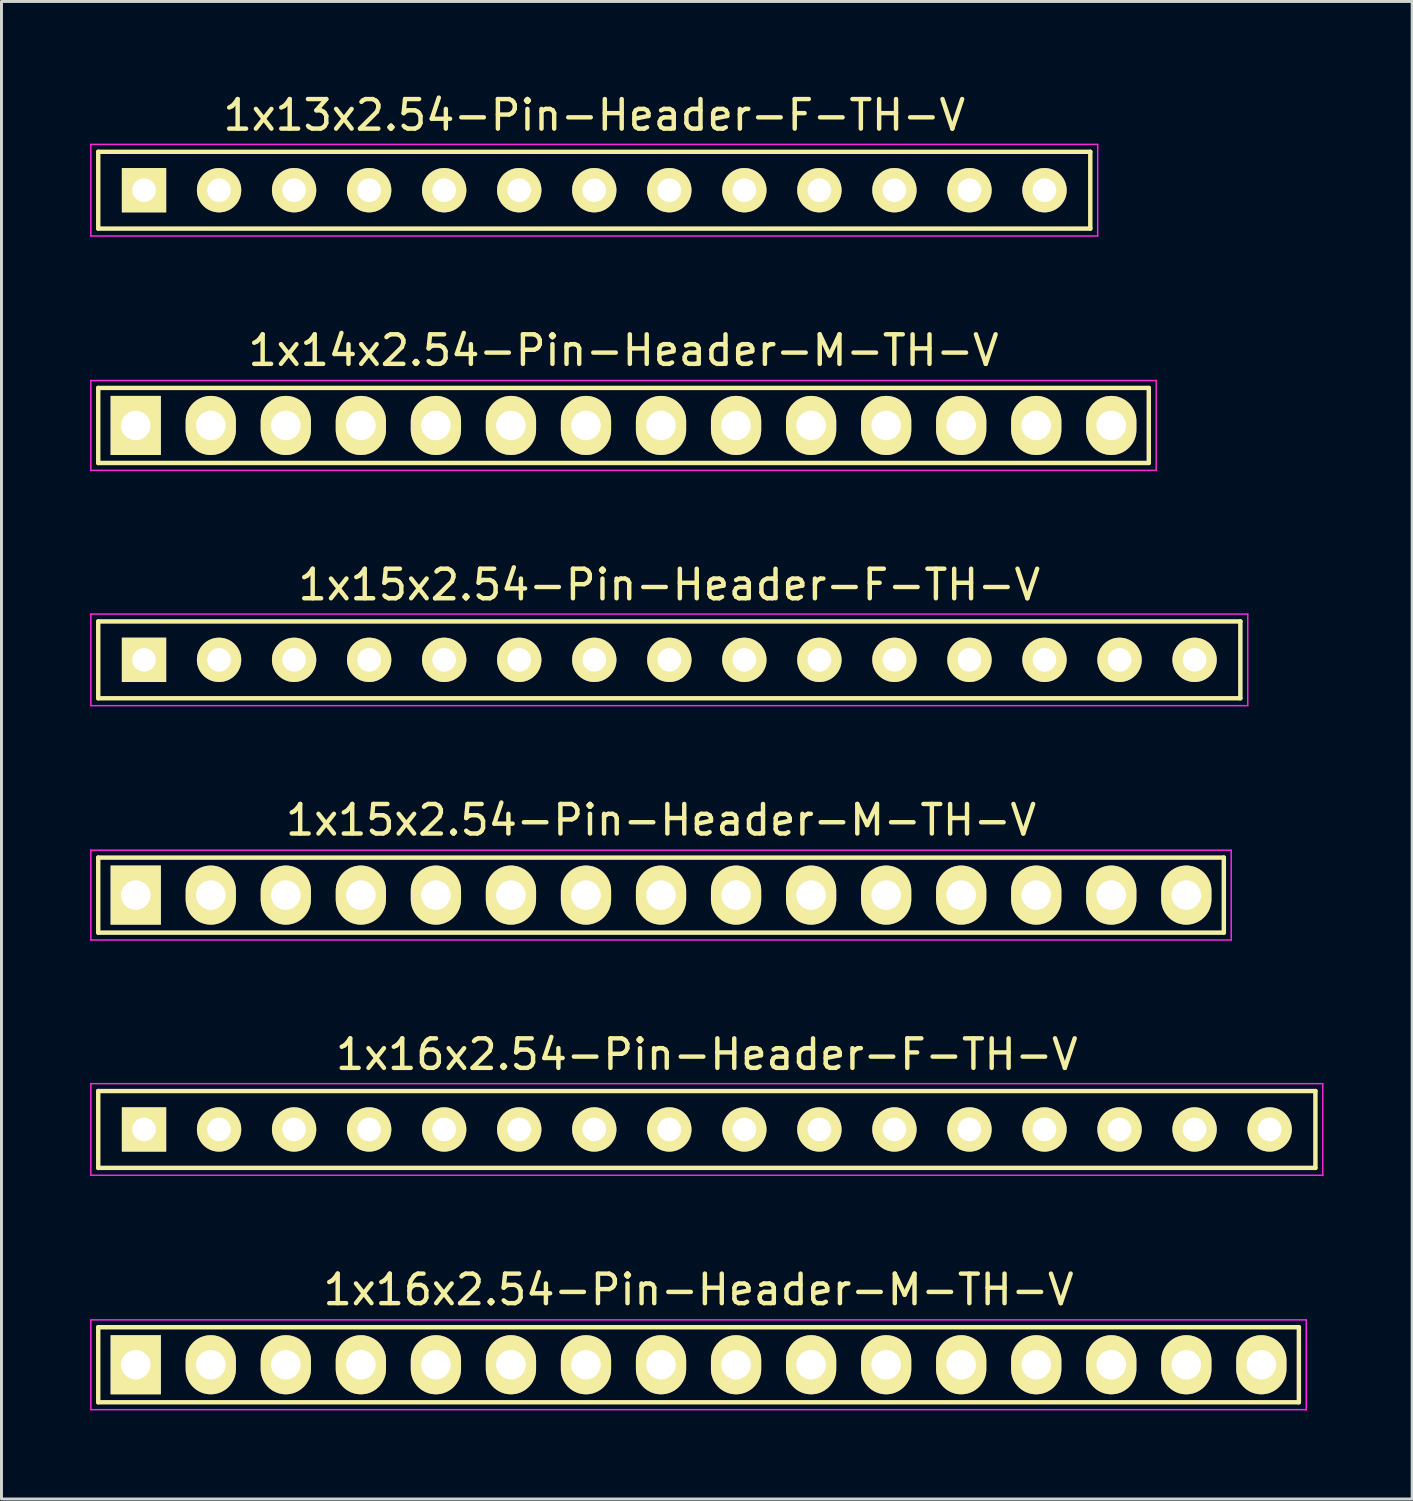
<source format=kicad_pcb>
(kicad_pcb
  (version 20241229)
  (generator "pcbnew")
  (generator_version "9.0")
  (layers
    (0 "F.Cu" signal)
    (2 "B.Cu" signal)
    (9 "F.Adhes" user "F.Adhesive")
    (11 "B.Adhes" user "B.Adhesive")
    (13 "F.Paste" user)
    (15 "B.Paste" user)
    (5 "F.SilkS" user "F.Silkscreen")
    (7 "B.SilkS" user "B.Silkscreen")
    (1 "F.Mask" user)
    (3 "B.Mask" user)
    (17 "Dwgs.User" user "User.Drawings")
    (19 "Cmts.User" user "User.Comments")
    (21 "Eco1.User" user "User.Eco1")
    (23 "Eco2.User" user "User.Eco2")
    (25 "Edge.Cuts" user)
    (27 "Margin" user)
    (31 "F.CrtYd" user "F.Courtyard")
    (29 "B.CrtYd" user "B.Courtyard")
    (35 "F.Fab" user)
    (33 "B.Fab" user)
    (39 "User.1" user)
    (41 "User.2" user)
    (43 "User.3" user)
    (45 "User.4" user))
  (footprint "1x16x2.54-Pin-Header-M-TH-V"
    (layer "F.Cu")
    (at 20.595 43.145)
    (property "Reference" "1x16x2.54-Pin-Header-M-TH-V" (at 0 -2.54 0) (layer "F.SilkS") (effects (font (size 1 1) (thickness 0.15))))
    (attr through_hole)
    (fp_line (start -20.32 -1.27) (end 20.32 -1.27) (stroke (width 0.15) (type solid)) (layer "F.SilkS"))
    (fp_line (start -20.32 1.27) (end -20.32 -1.27) (stroke (width 0.15) (type solid)) (layer "F.SilkS"))
    (fp_line (start 20.32 -1.27) (end 20.32 1.27) (stroke (width 0.15) (type solid)) (layer "F.SilkS"))
    (fp_line (start 20.32 1.27) (end -20.32 1.27) (stroke (width 0.15) (type solid)) (layer "F.SilkS"))
    (fp_line (start -20.57 -1.52) (end 20.57 -1.52) (stroke (width 0.05) (type solid)) (layer "F.CrtYd"))
    (fp_line (start -20.57 1.52) (end -20.57 -1.52) (stroke (width 0.05) (type solid)) (layer "F.CrtYd"))
    (fp_line (start 20.57 -1.52) (end 20.57 1.52) (stroke (width 0.05) (type solid)) (layer "F.CrtYd"))
    (fp_line (start 20.57 1.52) (end -20.57 1.52) (stroke (width 0.05) (type solid)) (layer "F.CrtYd"))
    (pad "1" thru_hole rect (at -19.05 0) (size 1.7 2) (drill 1) (layers "*.Cu" "*.Mask" "F.SilkS"))
    (pad "2" thru_hole oval (at -16.51 0) (size 1.7 2) (drill 1) (layers "*.Cu" "*.Mask" "F.SilkS"))
    (pad "3" thru_hole oval (at -13.97 0) (size 1.7 2) (drill 1) (layers "*.Cu" "*.Mask" "F.SilkS"))
    (pad "4" thru_hole oval (at -11.43 0) (size 1.7 2) (drill 1) (layers "*.Cu" "*.Mask" "F.SilkS"))
    (pad "5" thru_hole oval (at -8.89 0) (size 1.7 2) (drill 1) (layers "*.Cu" "*.Mask" "F.SilkS"))
    (pad "6" thru_hole oval (at -6.35 0) (size 1.7 2) (drill 1) (layers "*.Cu" "*.Mask" "F.SilkS"))
    (pad "7" thru_hole oval (at -3.81 0) (size 1.7 2) (drill 1) (layers "*.Cu" "*.Mask" "F.SilkS"))
    (pad "8" thru_hole oval (at -1.27 0) (size 1.7 2) (drill 1) (layers "*.Cu" "*.Mask" "F.SilkS"))
    (pad "9" thru_hole oval (at 1.27 0) (size 1.7 2) (drill 1) (layers "*.Cu" "*.Mask" "F.SilkS"))
    (pad "10" thru_hole oval (at 3.81 0) (size 1.7 2) (drill 1) (layers "*.Cu" "*.Mask" "F.SilkS"))
    (pad "11" thru_hole oval (at 6.35 0) (size 1.7 2) (drill 1) (layers "*.Cu" "*.Mask" "F.SilkS"))
    (pad "12" thru_hole oval (at 8.89 0) (size 1.7 2) (drill 1) (layers "*.Cu" "*.Mask" "F.SilkS"))
    (pad "13" thru_hole oval (at 11.43 0) (size 1.7 2) (drill 1) (layers "*.Cu" "*.Mask" "F.SilkS"))
    (pad "14" thru_hole oval (at 13.97 0) (size 1.7 2) (drill 1) (layers "*.Cu" "*.Mask" "F.SilkS"))
    (pad "15" thru_hole oval (at 16.51 0) (size 1.7 2) (drill 1) (layers "*.Cu" "*.Mask" "F.SilkS"))
    (pad "16" thru_hole oval (at 19.05 0) (size 1.7 2) (drill 1) (layers "*.Cu" "*.Mask" "F.SilkS")))
  (footprint "1x16x2.54-Pin-Header-F-TH-V"
    (layer "F.Cu")
    (at 20.875 35.181)
    (property "Reference" "1x16x2.54-Pin-Header-F-TH-V" (at 0 -2.54 0) (layer "F.SilkS") (effects (font (size 1 1) (thickness 0.15))))
    (attr through_hole)
    (fp_line (start -20.6 -1.3) (end 20.6 -1.3) (stroke (width 0.15) (type solid)) (layer "F.SilkS"))
    (fp_line (start -20.6 1.3) (end -20.6 -1.3) (stroke (width 0.15) (type solid)) (layer "F.SilkS"))
    (fp_line (start 20.6 -1.3) (end 20.6 1.3) (stroke (width 0.15) (type solid)) (layer "F.SilkS"))
    (fp_line (start 20.6 1.3) (end -20.6 1.3) (stroke (width 0.15) (type solid)) (layer "F.SilkS"))
    (fp_line (start -20.85 -1.55) (end 20.85 -1.55) (stroke (width 0.05) (type solid)) (layer "F.CrtYd"))
    (fp_line (start -20.85 1.55) (end -20.85 -1.55) (stroke (width 0.05) (type solid)) (layer "F.CrtYd"))
    (fp_line (start 20.85 -1.55) (end 20.85 1.55) (stroke (width 0.05) (type solid)) (layer "F.CrtYd"))
    (fp_line (start 20.85 1.55) (end -20.85 1.55) (stroke (width 0.05) (type solid)) (layer "F.CrtYd"))
    (pad "1" thru_hole rect (at -19.05 0) (size 1.5 1.5) (drill 0.8) (layers "*.Cu" "*.Mask" "F.SilkS"))
    (pad "2" thru_hole circle (at -16.51 0) (size 1.5 1.5) (drill 0.8) (layers "*.Cu" "*.Mask" "F.SilkS"))
    (pad "3" thru_hole circle (at -13.97 0) (size 1.5 1.5) (drill 0.8) (layers "*.Cu" "*.Mask" "F.SilkS"))
    (pad "4" thru_hole circle (at -11.43 0) (size 1.5 1.5) (drill 0.8) (layers "*.Cu" "*.Mask" "F.SilkS"))
    (pad "5" thru_hole circle (at -8.89 0) (size 1.5 1.5) (drill 0.8) (layers "*.Cu" "*.Mask" "F.SilkS"))
    (pad "6" thru_hole circle (at -6.35 0) (size 1.5 1.5) (drill 0.8) (layers "*.Cu" "*.Mask" "F.SilkS"))
    (pad "7" thru_hole circle (at -3.81 0) (size 1.5 1.5) (drill 0.8) (layers "*.Cu" "*.Mask" "F.SilkS"))
    (pad "8" thru_hole circle (at -1.27 0) (size 1.5 1.5) (drill 0.8) (layers "*.Cu" "*.Mask" "F.SilkS"))
    (pad "9" thru_hole circle (at 1.27 0) (size 1.5 1.5) (drill 0.8) (layers "*.Cu" "*.Mask" "F.SilkS"))
    (pad "10" thru_hole circle (at 3.81 0) (size 1.5 1.5) (drill 0.8) (layers "*.Cu" "*.Mask" "F.SilkS"))
    (pad "11" thru_hole circle (at 6.35 0) (size 1.5 1.5) (drill 0.8) (layers "*.Cu" "*.Mask" "F.SilkS"))
    (pad "12" thru_hole circle (at 8.89 0) (size 1.5 1.5) (drill 0.8) (layers "*.Cu" "*.Mask" "F.SilkS"))
    (pad "13" thru_hole circle (at 11.43 0) (size 1.5 1.5) (drill 0.8) (layers "*.Cu" "*.Mask" "F.SilkS"))
    (pad "14" thru_hole circle (at 13.97 0) (size 1.5 1.5) (drill 0.8) (layers "*.Cu" "*.Mask" "F.SilkS"))
    (pad "15" thru_hole circle (at 16.51 0) (size 1.5 1.5) (drill 0.8) (layers "*.Cu" "*.Mask" "F.SilkS"))
    (pad "16" thru_hole circle (at 19.05 0) (size 1.5 1.5) (drill 0.8) (layers "*.Cu" "*.Mask" "F.SilkS")))
  (footprint "1x13x2.54-Pin-Header-F-TH-V"
    (layer "F.Cu")
    (at 17.065 3.388)
    (property "Reference" "1x13x2.54-Pin-Header-F-TH-V" (at 0 -2.54 0) (layer "F.SilkS") (effects (font (size 1 1) (thickness 0.15))))
    (attr through_hole)
    (fp_line (start -16.79 -1.3) (end 16.79 -1.3) (stroke (width 0.15) (type solid)) (layer "F.SilkS"))
    (fp_line (start -16.79 1.3) (end -16.79 -1.3) (stroke (width 0.15) (type solid)) (layer "F.SilkS"))
    (fp_line (start 16.79 -1.3) (end 16.79 1.3) (stroke (width 0.15) (type solid)) (layer "F.SilkS"))
    (fp_line (start 16.79 1.3) (end -16.79 1.3) (stroke (width 0.15) (type solid)) (layer "F.SilkS"))
    (fp_line (start -17.04 -1.55) (end 17.04 -1.55) (stroke (width 0.05) (type solid)) (layer "F.CrtYd"))
    (fp_line (start -17.04 1.55) (end -17.04 -1.55) (stroke (width 0.05) (type solid)) (layer "F.CrtYd"))
    (fp_line (start 17.04 -1.55) (end 17.04 1.55) (stroke (width 0.05) (type solid)) (layer "F.CrtYd"))
    (fp_line (start 17.04 1.55) (end -17.04 1.55) (stroke (width 0.05) (type solid)) (layer "F.CrtYd"))
    (pad "1" thru_hole rect (at -15.24 0) (size 1.5 1.5) (drill 0.8) (layers "*.Cu" "*.Mask" "F.SilkS"))
    (pad "2" thru_hole circle (at -12.7 0) (size 1.5 1.5) (drill 0.8) (layers "*.Cu" "*.Mask" "F.SilkS"))
    (pad "3" thru_hole circle (at -10.16 0) (size 1.5 1.5) (drill 0.8) (layers "*.Cu" "*.Mask" "F.SilkS"))
    (pad "4" thru_hole circle (at -7.62 0) (size 1.5 1.5) (drill 0.8) (layers "*.Cu" "*.Mask" "F.SilkS"))
    (pad "5" thru_hole circle (at -5.08 0) (size 1.5 1.5) (drill 0.8) (layers "*.Cu" "*.Mask" "F.SilkS"))
    (pad "6" thru_hole circle (at -2.54 0) (size 1.5 1.5) (drill 0.8) (layers "*.Cu" "*.Mask" "F.SilkS"))
    (pad "7" thru_hole circle (at 0 0) (size 1.5 1.5) (drill 0.8) (layers "*.Cu" "*.Mask" "F.SilkS"))
    (pad "8" thru_hole circle (at 2.54 0) (size 1.5 1.5) (drill 0.8) (layers "*.Cu" "*.Mask" "F.SilkS"))
    (pad "9" thru_hole circle (at 5.08 0) (size 1.5 1.5) (drill 0.8) (layers "*.Cu" "*.Mask" "F.SilkS"))
    (pad "10" thru_hole circle (at 7.62 0) (size 1.5 1.5) (drill 0.8) (layers "*.Cu" "*.Mask" "F.SilkS"))
    (pad "11" thru_hole circle (at 10.16 0) (size 1.5 1.5) (drill 0.8) (layers "*.Cu" "*.Mask" "F.SilkS"))
    (pad "12" thru_hole circle (at 12.7 0) (size 1.5 1.5) (drill 0.8) (layers "*.Cu" "*.Mask" "F.SilkS"))
    (pad "13" thru_hole circle (at 15.24 0) (size 1.5 1.5) (drill 0.8) (layers "*.Cu" "*.Mask" "F.SilkS")))
  (footprint "1x14x2.54-Pin-Header-M-TH-V"
    (layer "F.Cu")
    (at 18.055 11.351)
    (property "Reference" "1x14x2.54-Pin-Header-M-TH-V" (at 0 -2.54 0) (layer "F.SilkS") (effects (font (size 1 1) (thickness 0.15))))
    (attr through_hole)
    (fp_line (start -17.78 -1.27) (end 17.78 -1.27) (stroke (width 0.15) (type solid)) (layer "F.SilkS"))
    (fp_line (start -17.78 1.27) (end -17.78 -1.27) (stroke (width 0.15) (type solid)) (layer "F.SilkS"))
    (fp_line (start 17.78 -1.27) (end 17.78 1.27) (stroke (width 0.15) (type solid)) (layer "F.SilkS"))
    (fp_line (start 17.78 1.27) (end -17.78 1.27) (stroke (width 0.15) (type solid)) (layer "F.SilkS"))
    (fp_line (start -18.03 -1.52) (end 18.03 -1.52) (stroke (width 0.05) (type solid)) (layer "F.CrtYd"))
    (fp_line (start -18.03 1.52) (end -18.03 -1.52) (stroke (width 0.05) (type solid)) (layer "F.CrtYd"))
    (fp_line (start 18.03 -1.52) (end 18.03 1.52) (stroke (width 0.05) (type solid)) (layer "F.CrtYd"))
    (fp_line (start 18.03 1.52) (end -18.03 1.52) (stroke (width 0.05) (type solid)) (layer "F.CrtYd"))
    (pad "1" thru_hole rect (at -16.51 0) (size 1.7 2) (drill 1) (layers "*.Cu" "*.Mask" "F.SilkS"))
    (pad "2" thru_hole oval (at -13.97 0) (size 1.7 2) (drill 1) (layers "*.Cu" "*.Mask" "F.SilkS"))
    (pad "3" thru_hole oval (at -11.43 0) (size 1.7 2) (drill 1) (layers "*.Cu" "*.Mask" "F.SilkS"))
    (pad "4" thru_hole oval (at -8.89 0) (size 1.7 2) (drill 1) (layers "*.Cu" "*.Mask" "F.SilkS"))
    (pad "5" thru_hole oval (at -6.35 0) (size 1.7 2) (drill 1) (layers "*.Cu" "*.Mask" "F.SilkS"))
    (pad "6" thru_hole oval (at -3.81 0) (size 1.7 2) (drill 1) (layers "*.Cu" "*.Mask" "F.SilkS"))
    (pad "7" thru_hole oval (at -1.27 0) (size 1.7 2) (drill 1) (layers "*.Cu" "*.Mask" "F.SilkS"))
    (pad "8" thru_hole oval (at 1.27 0) (size 1.7 2) (drill 1) (layers "*.Cu" "*.Mask" "F.SilkS"))
    (pad "9" thru_hole oval (at 3.81 0) (size 1.7 2) (drill 1) (layers "*.Cu" "*.Mask" "F.SilkS"))
    (pad "10" thru_hole oval (at 6.35 0) (size 1.7 2) (drill 1) (layers "*.Cu" "*.Mask" "F.SilkS"))
    (pad "11" thru_hole oval (at 8.89 0) (size 1.7 2) (drill 1) (layers "*.Cu" "*.Mask" "F.SilkS"))
    (pad "12" thru_hole oval (at 11.43 0) (size 1.7 2) (drill 1) (layers "*.Cu" "*.Mask" "F.SilkS"))
    (pad "13" thru_hole oval (at 13.97 0) (size 1.7 2) (drill 1) (layers "*.Cu" "*.Mask" "F.SilkS"))
    (pad "14" thru_hole oval (at 16.51 0) (size 1.7 2) (drill 1) (layers "*.Cu" "*.Mask" "F.SilkS")))
  (footprint "1x15x2.54-Pin-Header-M-TH-V"
    (layer "F.Cu")
    (at 19.325 27.248)
    (property "Reference" "1x15x2.54-Pin-Header-M-TH-V" (at 0 -2.54 0) (layer "F.SilkS") (effects (font (size 1 1) (thickness 0.15))))
    (attr through_hole)
    (fp_line (start -19.05 -1.27) (end 19.05 -1.27) (stroke (width 0.15) (type solid)) (layer "F.SilkS"))
    (fp_line (start -19.05 1.27) (end -19.05 -1.27) (stroke (width 0.15) (type solid)) (layer "F.SilkS"))
    (fp_line (start 19.05 -1.27) (end 19.05 1.27) (stroke (width 0.15) (type solid)) (layer "F.SilkS"))
    (fp_line (start 19.05 1.27) (end -19.05 1.27) (stroke (width 0.15) (type solid)) (layer "F.SilkS"))
    (fp_line (start -19.3 -1.52) (end 19.3 -1.52) (stroke (width 0.05) (type solid)) (layer "F.CrtYd"))
    (fp_line (start -19.3 1.52) (end -19.3 -1.52) (stroke (width 0.05) (type solid)) (layer "F.CrtYd"))
    (fp_line (start 19.3 -1.52) (end 19.3 1.52) (stroke (width 0.05) (type solid)) (layer "F.CrtYd"))
    (fp_line (start 19.3 1.52) (end -19.3 1.52) (stroke (width 0.05) (type solid)) (layer "F.CrtYd"))
    (pad "1" thru_hole rect (at -17.78 0) (size 1.7 2) (drill 1) (layers "*.Cu" "*.Mask" "F.SilkS"))
    (pad "2" thru_hole oval (at -15.24 0) (size 1.7 2) (drill 1) (layers "*.Cu" "*.Mask" "F.SilkS"))
    (pad "3" thru_hole oval (at -12.7 0) (size 1.7 2) (drill 1) (layers "*.Cu" "*.Mask" "F.SilkS"))
    (pad "4" thru_hole oval (at -10.16 0) (size 1.7 2) (drill 1) (layers "*.Cu" "*.Mask" "F.SilkS"))
    (pad "5" thru_hole oval (at -7.62 0) (size 1.7 2) (drill 1) (layers "*.Cu" "*.Mask" "F.SilkS"))
    (pad "6" thru_hole oval (at -5.08 0) (size 1.7 2) (drill 1) (layers "*.Cu" "*.Mask" "F.SilkS"))
    (pad "7" thru_hole oval (at -2.54 0) (size 1.7 2) (drill 1) (layers "*.Cu" "*.Mask" "F.SilkS"))
    (pad "8" thru_hole oval (at 0 0) (size 1.7 2) (drill 1) (layers "*.Cu" "*.Mask" "F.SilkS"))
    (pad "9" thru_hole oval (at 2.54 0) (size 1.7 2) (drill 1) (layers "*.Cu" "*.Mask" "F.SilkS"))
    (pad "10" thru_hole oval (at 5.08 0) (size 1.7 2) (drill 1) (layers "*.Cu" "*.Mask" "F.SilkS"))
    (pad "11" thru_hole oval (at 7.62 0) (size 1.7 2) (drill 1) (layers "*.Cu" "*.Mask" "F.SilkS"))
    (pad "12" thru_hole oval (at 10.16 0) (size 1.7 2) (drill 1) (layers "*.Cu" "*.Mask" "F.SilkS"))
    (pad "13" thru_hole oval (at 12.7 0) (size 1.7 2) (drill 1) (layers "*.Cu" "*.Mask" "F.SilkS"))
    (pad "14" thru_hole oval (at 15.24 0) (size 1.7 2) (drill 1) (layers "*.Cu" "*.Mask" "F.SilkS"))
    (pad "15" thru_hole oval (at 17.78 0) (size 1.7 2) (drill 1) (layers "*.Cu" "*.Mask" "F.SilkS")))
  (footprint "1x15x2.54-Pin-Header-F-TH-V"
    (layer "F.Cu")
    (at 19.605 19.285)
    (property "Reference" "1x15x2.54-Pin-Header-F-TH-V" (at 0 -2.54 0) (layer "F.SilkS") (effects (font (size 1 1) (thickness 0.15))))
    (attr through_hole)
    (fp_line (start -19.33 -1.3) (end 19.33 -1.3) (stroke (width 0.15) (type solid)) (layer "F.SilkS"))
    (fp_line (start -19.33 1.3) (end -19.33 -1.3) (stroke (width 0.15) (type solid)) (layer "F.SilkS"))
    (fp_line (start 19.33 -1.3) (end 19.33 1.3) (stroke (width 0.15) (type solid)) (layer "F.SilkS"))
    (fp_line (start 19.33 1.3) (end -19.33 1.3) (stroke (width 0.15) (type solid)) (layer "F.SilkS"))
    (fp_line (start -19.58 -1.55) (end 19.58 -1.55) (stroke (width 0.05) (type solid)) (layer "F.CrtYd"))
    (fp_line (start -19.58 1.55) (end -19.58 -1.55) (stroke (width 0.05) (type solid)) (layer "F.CrtYd"))
    (fp_line (start 19.58 -1.55) (end 19.58 1.55) (stroke (width 0.05) (type solid)) (layer "F.CrtYd"))
    (fp_line (start 19.58 1.55) (end -19.58 1.55) (stroke (width 0.05) (type solid)) (layer "F.CrtYd"))
    (pad "1" thru_hole rect (at -17.78 0) (size 1.5 1.5) (drill 0.8) (layers "*.Cu" "*.Mask" "F.SilkS"))
    (pad "2" thru_hole circle (at -15.24 0) (size 1.5 1.5) (drill 0.8) (layers "*.Cu" "*.Mask" "F.SilkS"))
    (pad "3" thru_hole circle (at -12.7 0) (size 1.5 1.5) (drill 0.8) (layers "*.Cu" "*.Mask" "F.SilkS"))
    (pad "4" thru_hole circle (at -10.16 0) (size 1.5 1.5) (drill 0.8) (layers "*.Cu" "*.Mask" "F.SilkS"))
    (pad "5" thru_hole circle (at -7.62 0) (size 1.5 1.5) (drill 0.8) (layers "*.Cu" "*.Mask" "F.SilkS"))
    (pad "6" thru_hole circle (at -5.08 0) (size 1.5 1.5) (drill 0.8) (layers "*.Cu" "*.Mask" "F.SilkS"))
    (pad "7" thru_hole circle (at -2.54 0) (size 1.5 1.5) (drill 0.8) (layers "*.Cu" "*.Mask" "F.SilkS"))
    (pad "8" thru_hole circle (at 0 0) (size 1.5 1.5) (drill 0.8) (layers "*.Cu" "*.Mask" "F.SilkS"))
    (pad "9" thru_hole circle (at 2.54 0) (size 1.5 1.5) (drill 0.8) (layers "*.Cu" "*.Mask" "F.SilkS"))
    (pad "10" thru_hole circle (at 5.08 0) (size 1.5 1.5) (drill 0.8) (layers "*.Cu" "*.Mask" "F.SilkS"))
    (pad "11" thru_hole circle (at 7.62 0) (size 1.5 1.5) (drill 0.8) (layers "*.Cu" "*.Mask" "F.SilkS"))
    (pad "12" thru_hole circle (at 10.16 0) (size 1.5 1.5) (drill 0.8) (layers "*.Cu" "*.Mask" "F.SilkS"))
    (pad "13" thru_hole circle (at 12.7 0) (size 1.5 1.5) (drill 0.8) (layers "*.Cu" "*.Mask" "F.SilkS"))
    (pad "14" thru_hole circle (at 15.24 0) (size 1.5 1.5) (drill 0.8) (layers "*.Cu" "*.Mask" "F.SilkS"))
    (pad "15" thru_hole circle (at 17.78 0) (size 1.5 1.5) (drill 0.8) (layers "*.Cu" "*.Mask" "F.SilkS")))
  (gr_rect
    (start -3 -3)
    (end 44.75 47.69)
    (stroke (width 0.1) (type default))
    (fill no)
    (layer "Edge.Cuts")))
</source>
